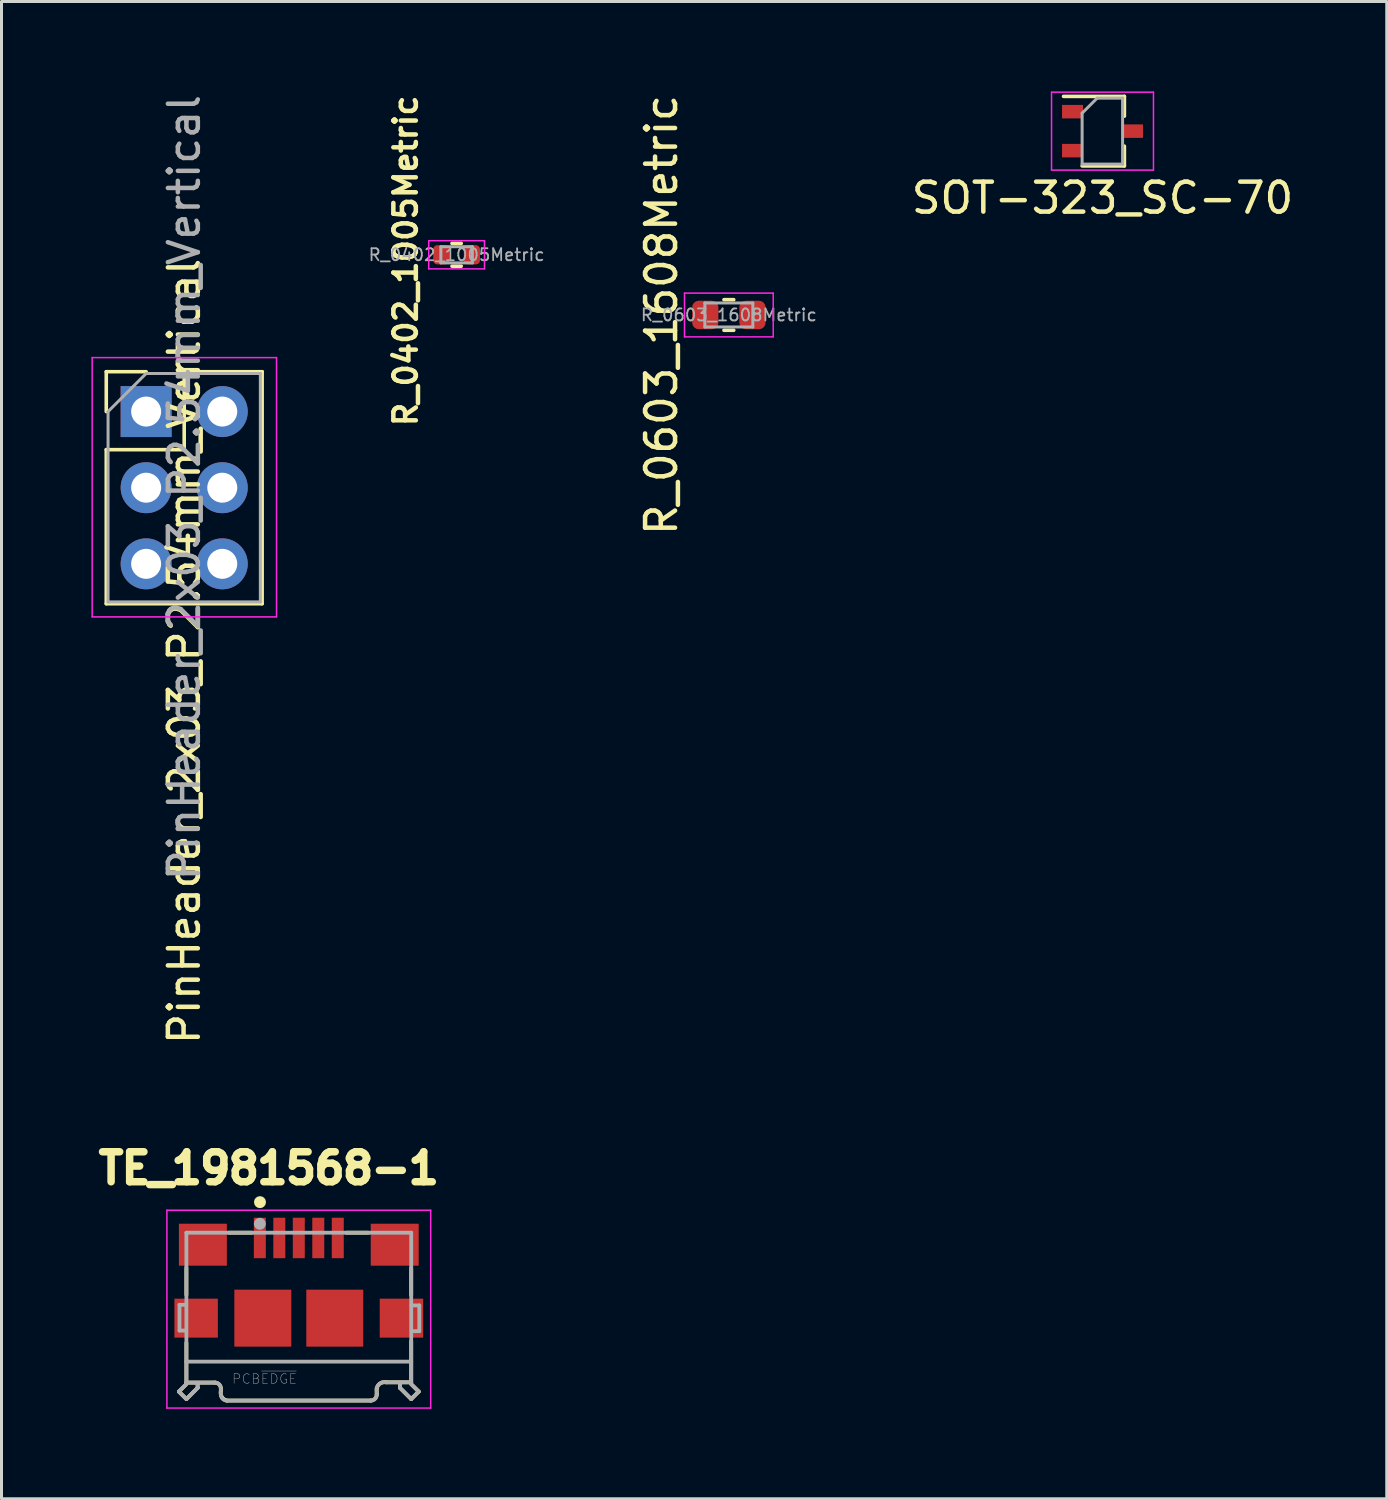
<source format=kicad_pcb>
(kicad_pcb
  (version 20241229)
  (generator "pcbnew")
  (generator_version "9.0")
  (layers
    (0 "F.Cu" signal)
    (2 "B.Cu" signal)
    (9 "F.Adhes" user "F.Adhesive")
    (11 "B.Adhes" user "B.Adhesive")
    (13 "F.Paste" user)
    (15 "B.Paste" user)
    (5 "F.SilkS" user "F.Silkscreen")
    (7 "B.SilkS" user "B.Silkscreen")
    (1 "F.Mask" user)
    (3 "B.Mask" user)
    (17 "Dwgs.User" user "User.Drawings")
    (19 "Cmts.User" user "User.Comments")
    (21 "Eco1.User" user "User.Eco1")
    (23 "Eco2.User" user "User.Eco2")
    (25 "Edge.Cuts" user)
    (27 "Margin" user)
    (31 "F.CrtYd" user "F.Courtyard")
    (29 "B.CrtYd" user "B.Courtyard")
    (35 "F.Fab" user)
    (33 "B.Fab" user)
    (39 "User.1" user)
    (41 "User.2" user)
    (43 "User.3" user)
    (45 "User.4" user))
  (footprint "R_0603_1608Metric"
    (layer "F.Cu")
    (at 21.265 7.458)
    (property "Reference" "R_0603_1608Metric" (at -2.25 0 90) (layer "F.SilkS") (effects (font (size 1 1) (thickness 0.15))))
    (attr smd)
    (fp_line (start -0.163 -0.51) (end 0.163 -0.51) (stroke (width 0.12) (type solid)) (layer "F.SilkS"))
    (fp_line (start -0.163 0.51) (end 0.163 0.51) (stroke (width 0.12) (type solid)) (layer "F.SilkS"))
    (fp_line (start -1.48 -0.73) (end 1.48 -0.73) (stroke (width 0.05) (type solid)) (layer "F.CrtYd"))
    (fp_line (start -1.48 0.73) (end -1.48 -0.73) (stroke (width 0.05) (type solid)) (layer "F.CrtYd"))
    (fp_line (start 1.48 -0.73) (end 1.48 0.73) (stroke (width 0.05) (type solid)) (layer "F.CrtYd"))
    (fp_line (start 1.48 0.73) (end -1.48 0.73) (stroke (width 0.05) (type solid)) (layer "F.CrtYd"))
    (fp_line (start -0.8 -0.4) (end 0.8 -0.4) (stroke (width 0.1) (type solid)) (layer "F.Fab"))
    (fp_line (start -0.8 0.4) (end -0.8 -0.4) (stroke (width 0.1) (type solid)) (layer "F.Fab"))
    (fp_line (start 0.8 -0.4) (end 0.8 0.4) (stroke (width 0.1) (type solid)) (layer "F.Fab"))
    (fp_line (start 0.8 0.4) (end -0.8 0.4) (stroke (width 0.1) (type solid)) (layer "F.Fab"))
    (fp_text user "${REFERENCE}" (at 0 0 0) (layer "F.Fab") (effects (font (size 0.4 0.4) (thickness 0.06))))
    (pad "1" smd roundrect (at -0.787 0) (size 0.875 0.95) (layers "F.Cu" "F.Mask" "F.Paste") (roundrect_rratio 0.25))
    (pad "2" smd roundrect (at 0.787 0) (size 0.875 0.95) (layers "F.Cu" "F.Mask" "F.Paste") (roundrect_rratio 0.25)))
  (footprint "TE_1981568-1"
    (layer "F.Cu")
    (at 6.918 40.924)
    (property "Reference" "TE_1981568-1" (at -1 -5 0) (layer "F.SilkS") (effects (font (size 1 1) (thickness 0.25))))
    (attr through_hole)
    (fp_line (start -4 2.45) (end -3.75 2.7) (stroke (width 0.127) (type solid)) (layer "F.SilkS"))
    (fp_line (start -3.75 -1.685) (end -3.75 -0.775) (stroke (width 0.127) (type solid)) (layer "F.SilkS"))
    (fp_line (start -3.75 0.825) (end -3.75 2.15) (stroke (width 0.127) (type solid)) (layer "F.SilkS"))
    (fp_line (start -3.75 2.15) (end -2.8 2.15) (stroke (width 0.127) (type solid)) (layer "F.SilkS"))
    (fp_line (start -3.75 2.2) (end -4 2.45) (stroke (width 0.127) (type solid)) (layer "F.SilkS"))
    (fp_line (start -3.75 2.7) (end -3.375 2.325) (stroke (width 0.127) (type solid)) (layer "F.SilkS"))
    (fp_line (start -3.375 2.325) (end -3.375 2.2) (stroke (width 0.127) (type solid)) (layer "F.SilkS"))
    (fp_line (start -2.6 2.35) (end -2.6 2.415) (stroke (width 0.127) (type solid)) (layer "F.SilkS"))
    (fp_line (start -2.4 2.75) (end 2.4 2.75) (stroke (width 0.127) (type solid)) (layer "F.SilkS"))
    (fp_line (start -2.34 -2.85) (end -1.56 -2.85) (stroke (width 0.127) (type solid)) (layer "F.SilkS"))
    (fp_line (start 1.58 -2.85) (end 2.32 -2.85) (stroke (width 0.127) (type solid)) (layer "F.SilkS"))
    (fp_line (start 2.6 2.54) (end 2.6 2.34) (stroke (width 0.127) (type solid)) (layer "F.SilkS"))
    (fp_line (start 2.925 2.14) (end 3.75 2.14) (stroke (width 0.127) (type solid)) (layer "F.SilkS"))
    (fp_line (start 3.375 2.325) (end 3.375 2.2) (stroke (width 0.127) (type solid)) (layer "F.SilkS"))
    (fp_line (start 3.75 -1.675) (end 3.75 -0.765) (stroke (width 0.127) (type solid)) (layer "F.SilkS"))
    (fp_line (start 3.75 2.14) (end 3.75 0.765) (stroke (width 0.127) (type solid)) (layer "F.SilkS"))
    (fp_line (start 3.75 2.2) (end 4 2.45) (stroke (width 0.127) (type solid)) (layer "F.SilkS"))
    (fp_line (start 3.75 2.7) (end 3.375 2.325) (stroke (width 0.127) (type solid)) (layer "F.SilkS"))
    (fp_line (start 4 2.45) (end 3.75 2.7) (stroke (width 0.127) (type solid)) (layer "F.SilkS"))
    (fp_arc (start -2.8 2.15) (mid -2.658579 2.208579) (end -2.6 2.35) (stroke (width 0.127) (type solid)) (layer "F.SilkS"))
    (fp_arc (start -2.4 2.75) (mid -2.569381 2.623921) (end -2.6 2.415) (stroke (width 0.127) (type solid)) (layer "F.SilkS"))
    (fp_arc (start 2.6 2.34) (mid 2.721079 2.17269) (end 2.925 2.14) (stroke (width 0.127) (type solid)) (layer "F.SilkS"))
    (fp_arc (start 2.6 2.54) (mid 2.543492 2.686421) (end 2.4 2.75) (stroke (width 0.127) (type solid)) (layer "F.SilkS"))
    (fp_circle (center -1.295 -3.87) (end -1.195 -3.87) (stroke (width 0.2) (type solid)) (fill no) (layer "F.SilkS"))
    (fp_line (start -4.4 -3.6) (end -4.4 3) (stroke (width 0.05) (type solid)) (layer "F.CrtYd"))
    (fp_line (start -4.4 3) (end 4.4 3) (stroke (width 0.05) (type solid)) (layer "F.CrtYd"))
    (fp_line (start 4.4 -3.6) (end -4.4 -3.6) (stroke (width 0.05) (type solid)) (layer "F.CrtYd"))
    (fp_line (start 4.4 3) (end 4.4 -3.6) (stroke (width 0.05) (type solid)) (layer "F.CrtYd"))
    (fp_line (start -4 2.45) (end -3.75 2.7) (stroke (width 0.127) (type solid)) (layer "F.Fab"))
    (fp_line (start -3.98 -0.445) (end -3.98 0.415) (stroke (width 0.127) (type solid)) (layer "F.Fab"))
    (fp_line (start -3.98 0.415) (end -3.78 0.415) (stroke (width 0.127) (type solid)) (layer "F.Fab"))
    (fp_line (start -3.76 -0.445) (end -3.98 -0.445) (stroke (width 0.127) (type solid)) (layer "F.Fab"))
    (fp_line (start -3.75 -2.85) (end -3.75 1.45) (stroke (width 0.127) (type solid)) (layer "F.Fab"))
    (fp_line (start -3.75 1.45) (end -3.75 2.15) (stroke (width 0.127) (type solid)) (layer "F.Fab"))
    (fp_line (start -3.75 1.45) (end 3.75 1.45) (stroke (width 0.127) (type solid)) (layer "F.Fab"))
    (fp_line (start -3.75 2.15) (end -2.8 2.15) (stroke (width 0.127) (type solid)) (layer "F.Fab"))
    (fp_line (start -3.75 2.2) (end -4 2.45) (stroke (width 0.127) (type solid)) (layer "F.Fab"))
    (fp_line (start -3.75 2.7) (end -3.375 2.325) (stroke (width 0.127) (type solid)) (layer "F.Fab"))
    (fp_line (start -3.375 2.325) (end -3.375 2.2) (stroke (width 0.127) (type solid)) (layer "F.Fab"))
    (fp_line (start -2.6 2.35) (end -2.6 2.55) (stroke (width 0.127) (type solid)) (layer "F.Fab"))
    (fp_line (start 2.4 2.75) (end -2.4 2.75) (stroke (width 0.127) (type solid)) (layer "F.Fab"))
    (fp_line (start 2.6 2.465) (end 2.6 2.55) (stroke (width 0.127) (type solid)) (layer "F.Fab"))
    (fp_line (start 3.375 2.325) (end 3.375 2.2) (stroke (width 0.127) (type solid)) (layer "F.Fab"))
    (fp_line (start 3.75 -2.85) (end -3.75 -2.85) (stroke (width 0.127) (type solid)) (layer "F.Fab"))
    (fp_line (start 3.75 1.45) (end 3.75 -2.85) (stroke (width 0.127) (type solid)) (layer "F.Fab"))
    (fp_line (start 3.75 2.14) (end 2.8 2.14) (stroke (width 0.127) (type solid)) (layer "F.Fab"))
    (fp_line (start 3.75 2.14) (end 3.75 1.45) (stroke (width 0.127) (type solid)) (layer "F.Fab"))
    (fp_line (start 3.75 2.2) (end 4 2.45) (stroke (width 0.127) (type solid)) (layer "F.Fab"))
    (fp_line (start 3.75 2.7) (end 3.375 2.325) (stroke (width 0.127) (type solid)) (layer "F.Fab"))
    (fp_line (start 3.76 -0.425) (end 4.02 -0.425) (stroke (width 0.127) (type solid)) (layer "F.Fab"))
    (fp_line (start 4 2.45) (end 3.75 2.7) (stroke (width 0.127) (type solid)) (layer "F.Fab"))
    (fp_line (start 4.02 -0.425) (end 4.02 0.435) (stroke (width 0.127) (type solid)) (layer "F.Fab"))
    (fp_line (start 4.02 0.435) (end 3.77 0.435) (stroke (width 0.127) (type solid)) (layer "F.Fab"))
    (fp_arc (start -2.8 2.15) (mid -2.658579 2.208579) (end -2.6 2.35) (stroke (width 0.127) (type solid)) (layer "F.Fab"))
    (fp_arc (start -2.4 2.75) (mid -2.541421 2.691421) (end -2.6 2.55) (stroke (width 0.127) (type solid)) (layer "F.Fab"))
    (fp_arc (start 2.6 2.465) (mid 2.63269 2.261079) (end 2.8 2.14) (stroke (width 0.127) (type solid)) (layer "F.Fab"))
    (fp_arc (start 2.6 2.55) (mid 2.541421 2.691421) (end 2.4 2.75) (stroke (width 0.127) (type solid)) (layer "F.Fab"))
    (fp_circle (center -1.3 -3.148) (end -1.2 -3.148) (stroke (width 0.2) (type solid)) (fill no) (layer "F.Fab"))
    (fp_text user "PCB~{EDGE}" (at -1.144 2.026 0) (layer "F.Fab") (effects (font (size 0.32 0.32) (thickness 0.015))))
    (pad "1" smd rect (at -1.3 -2.675) (size 0.4 1.35) (layers "F.Cu" "F.Mask" "F.Paste"))
    (pad "2" smd rect (at -0.65 -2.675) (size 0.4 1.35) (layers "F.Cu" "F.Mask" "F.Paste"))
    (pad "3" smd rect (at 0 -2.675) (size 0.4 1.35) (layers "F.Cu" "F.Mask" "F.Paste"))
    (pad "4" smd rect (at 0.65 -2.675) (size 0.4 1.35) (layers "F.Cu" "F.Mask" "F.Paste"))
    (pad "5" smd rect (at 1.3 -2.675) (size 0.4 1.35) (layers "F.Cu" "F.Mask" "F.Paste"))
    (pad "6" smd rect (at -3.2 -2.45) (size 1.6 1.4) (layers "F.Cu" "F.Mask" "F.Paste"))
    (pad "7" smd rect (at 3.2 -2.45) (size 1.6 1.4) (layers "F.Cu" "F.Mask" "F.Paste"))
    (pad "8" smd rect (at 3.425 0) (size 1.45 1.3) (layers "F.Cu" "F.Mask" "F.Paste"))
    (pad "9" smd rect (at -3.425 0) (size 1.45 1.3) (layers "F.Cu" "F.Mask" "F.Paste"))
    (pad "10" smd rect (at -1.2 0) (size 1.9 1.9) (layers "F.Cu" "F.Mask" "F.Paste"))
    (pad "11" smd rect (at 1.2 0) (size 1.9 1.9) (layers "F.Cu" "F.Mask" "F.Paste")))
  (footprint "PinHeader_2x03_P2.54mm_Vertical"
    (layer "F.Cu")
    (at 1.825 10.68)
    (property "Reference" "PinHeader_2x03_P2.54mm_Vertical" (at 1.27 8 270) (layer "F.SilkS") (effects (font (size 1 1) (thickness 0.15))))
    (attr through_hole)
    (fp_line (start -1.33 -1.33) (end 0 -1.33) (stroke (width 0.12) (type solid)) (layer "F.SilkS"))
    (fp_line (start -1.33 0) (end -1.33 -1.33) (stroke (width 0.12) (type solid)) (layer "F.SilkS"))
    (fp_line (start -1.33 1.27) (end -1.33 6.41) (stroke (width 0.12) (type solid)) (layer "F.SilkS"))
    (fp_line (start -1.33 1.27) (end 1.27 1.27) (stroke (width 0.12) (type solid)) (layer "F.SilkS"))
    (fp_line (start -1.33 6.41) (end 3.87 6.41) (stroke (width 0.12) (type solid)) (layer "F.SilkS"))
    (fp_line (start 1.27 -1.33) (end 3.87 -1.33) (stroke (width 0.12) (type solid)) (layer "F.SilkS"))
    (fp_line (start 1.27 1.27) (end 1.27 -1.33) (stroke (width 0.12) (type solid)) (layer "F.SilkS"))
    (fp_line (start 3.87 -1.33) (end 3.87 6.41) (stroke (width 0.12) (type solid)) (layer "F.SilkS"))
    (fp_line (start -1.8 -1.8) (end -1.8 6.85) (stroke (width 0.05) (type solid)) (layer "F.CrtYd"))
    (fp_line (start -1.8 6.85) (end 4.35 6.85) (stroke (width 0.05) (type solid)) (layer "F.CrtYd"))
    (fp_line (start 4.35 -1.8) (end -1.8 -1.8) (stroke (width 0.05) (type solid)) (layer "F.CrtYd"))
    (fp_line (start 4.35 6.85) (end 4.35 -1.8) (stroke (width 0.05) (type solid)) (layer "F.CrtYd"))
    (fp_line (start -1.27 0) (end 0 -1.27) (stroke (width 0.1) (type solid)) (layer "F.Fab"))
    (fp_line (start -1.27 6.35) (end -1.27 0) (stroke (width 0.1) (type solid)) (layer "F.Fab"))
    (fp_line (start 0 -1.27) (end 3.81 -1.27) (stroke (width 0.1) (type solid)) (layer "F.Fab"))
    (fp_line (start 3.81 -1.27) (end 3.81 6.35) (stroke (width 0.1) (type solid)) (layer "F.Fab"))
    (fp_line (start 3.81 6.35) (end -1.27 6.35) (stroke (width 0.1) (type solid)) (layer "F.Fab"))
    (fp_text user "${REFERENCE}" (at 1.27 2.54 270) (layer "F.Fab") (effects (font (size 1 1) (thickness 0.15))))
    (pad "1" thru_hole rect (at 0 0) (size 1.7 1.7) (drill 1) (layers "*.Cu" "*.Mask"))
    (pad "2" thru_hole oval (at 2.54 0) (size 1.7 1.7) (drill 1) (layers "*.Cu" "*.Mask"))
    (pad "3" thru_hole oval (at 0 2.54) (size 1.7 1.7) (drill 1) (layers "*.Cu" "*.Mask"))
    (pad "4" thru_hole oval (at 2.54 2.54) (size 1.7 1.7) (drill 1) (layers "*.Cu" "*.Mask"))
    (pad "5" thru_hole oval (at 0 5.08) (size 1.7 1.7) (drill 1) (layers "*.Cu" "*.Mask"))
    (pad "6" thru_hole oval (at 2.54 5.08) (size 1.7 1.7) (drill 1) (layers "*.Cu" "*.Mask")))
  (footprint "SOT-323_SC-70"
    (layer "F.Cu")
    (at 33.73 1.325)
    (property "Reference" "SOT-323_SC-70" (at 0 2.229 180) (layer "F.SilkS") (effects (font (size 1 1) (thickness 0.15))))
    (attr smd)
    (fp_line (start -0.68 1.16) (end 0.73 1.16) (stroke (width 0.12) (type solid)) (layer "F.SilkS"))
    (fp_line (start 0.73 -1.16) (end -1.3 -1.16) (stroke (width 0.12) (type solid)) (layer "F.SilkS"))
    (fp_line (start 0.73 -1.16) (end 0.73 -0.5) (stroke (width 0.12) (type solid)) (layer "F.SilkS"))
    (fp_line (start 0.73 0.5) (end 0.73 1.16) (stroke (width 0.12) (type solid)) (layer "F.SilkS"))
    (fp_line (start -1.7 -1.3) (end 1.7 -1.3) (stroke (width 0.05) (type solid)) (layer "F.CrtYd"))
    (fp_line (start -1.7 1.3) (end -1.7 -1.3) (stroke (width 0.05) (type solid)) (layer "F.CrtYd"))
    (fp_line (start 1.7 -1.3) (end 1.7 1.3) (stroke (width 0.05) (type solid)) (layer "F.CrtYd"))
    (fp_line (start 1.7 1.3) (end -1.7 1.3) (stroke (width 0.05) (type solid)) (layer "F.CrtYd"))
    (fp_line (start -0.68 -0.6) (end -0.68 1.1) (stroke (width 0.1) (type solid)) (layer "F.Fab"))
    (fp_line (start -0.18 -1.1) (end -0.68 -0.6) (stroke (width 0.1) (type solid)) (layer "F.Fab"))
    (fp_line (start 0.67 -1.1) (end -0.18 -1.1) (stroke (width 0.1) (type solid)) (layer "F.Fab"))
    (fp_line (start 0.67 -1.1) (end 0.67 1.1) (stroke (width 0.1) (type solid)) (layer "F.Fab"))
    (fp_line (start 0.67 1.1) (end -0.68 1.1) (stroke (width 0.1) (type solid)) (layer "F.Fab"))
    (pad "1" smd rect (at -1 -0.65 270) (size 0.45 0.7) (layers "F.Cu" "F.Mask" "F.Paste"))
    (pad "2" smd rect (at -1 0.65 270) (size 0.45 0.7) (layers "F.Cu" "F.Mask" "F.Paste"))
    (pad "3" smd rect (at 1 0 270) (size 0.45 0.7) (layers "F.Cu" "F.Mask" "F.Paste")))
  (footprint "R_0402_1005Metric"
    (layer "F.Cu")
    (at 12.183 5.45)
    (property "Reference" "R_0402_1005Metric" (at -1.7 0.2 270) (layer "F.SilkS") (effects (font (size 0.75 0.75) (thickness 0.15))))
    (attr smd)
    (fp_line (start -0.154 -0.38) (end 0.154 -0.38) (stroke (width 0.12) (type solid)) (layer "F.SilkS"))
    (fp_line (start -0.154 0.38) (end 0.154 0.38) (stroke (width 0.12) (type solid)) (layer "F.SilkS"))
    (fp_line (start -0.93 -0.47) (end 0.93 -0.47) (stroke (width 0.05) (type solid)) (layer "F.CrtYd"))
    (fp_line (start -0.93 0.47) (end -0.93 -0.47) (stroke (width 0.05) (type solid)) (layer "F.CrtYd"))
    (fp_line (start 0.93 -0.47) (end 0.93 0.47) (stroke (width 0.05) (type solid)) (layer "F.CrtYd"))
    (fp_line (start 0.93 0.47) (end -0.93 0.47) (stroke (width 0.05) (type solid)) (layer "F.CrtYd"))
    (fp_line (start -0.525 -0.27) (end 0.525 -0.27) (stroke (width 0.1) (type solid)) (layer "F.Fab"))
    (fp_line (start -0.525 0.27) (end -0.525 -0.27) (stroke (width 0.1) (type solid)) (layer "F.Fab"))
    (fp_line (start 0.525 -0.27) (end 0.525 0.27) (stroke (width 0.1) (type solid)) (layer "F.Fab"))
    (fp_line (start 0.525 0.27) (end -0.525 0.27) (stroke (width 0.1) (type solid)) (layer "F.Fab"))
    (fp_text user "${REFERENCE}" (at 0 0 180) (layer "F.Fab") (effects (font (size 0.4 0.4) (thickness 0.06))))
    (pad "1" smd roundrect (at -0.51 0) (size 0.54 0.64) (layers "F.Cu" "F.Mask" "F.Paste") (roundrect_rratio 0.25))
    (pad "2" smd roundrect (at 0.51 0) (size 0.54 0.64) (layers "F.Cu" "F.Mask" "F.Paste") (roundrect_rratio 0.25)))
  (gr_rect
    (start -3 -3)
    (end 43.213 46.949)
    (stroke (width 0.1) (type default))
    (fill no)
    (layer "Edge.Cuts")))
</source>
